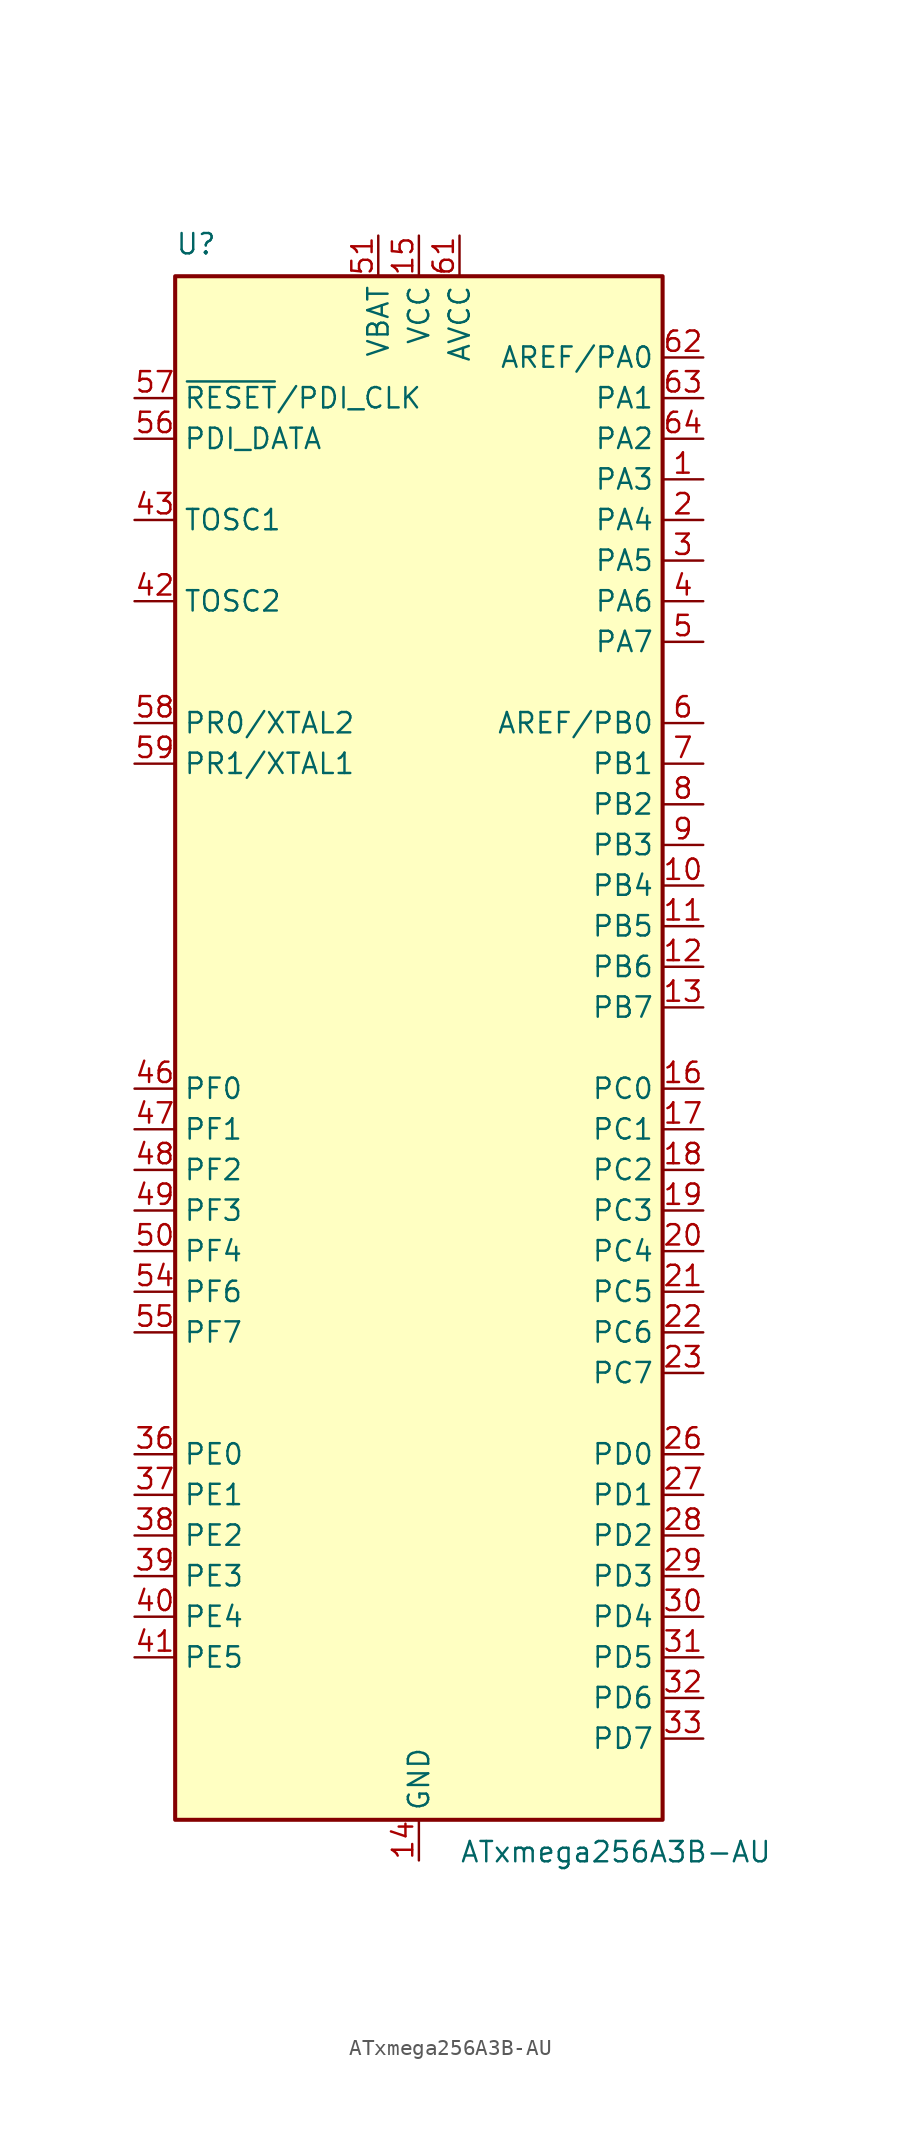
<source format=kicad_sym>
(kicad_symbol_lib
  (version 20201005)
  (generator kicad_symbol_editor)
  (symbol "ATxmega256A3B-AU"
    (property "Reference" "U"
      (at -15.24 49.53 0)
      (effects (font (size 1.27 1.27)) (justify left bottom)))
    (property "Value" "ATxmega256A3B-AU"
      (at 2.54 -49.53 0)
      (effects (font (size 1.27 1.27)) (justify left top)))
    (symbol "ATxmega256A3B-AU_0_1"
      (rectangle (start -15.24 -48.26) (end 15.24 48.26) (stroke (width 0.254)) (fill (type background))))
    (symbol "ATxmega256A3B-AU_1_1"
      (pin tri_state line (at 17.78 35.56 180) (length 2.54) (name "PA3" (effects (font (size 1.27 1.27)))) (number "1" (effects (font (size 1.27 1.27)))))
      (pin tri_state line (at 17.78 10.16 180) (length 2.54) (name "PB4" (effects (font (size 1.27 1.27)))) (number "10" (effects (font (size 1.27 1.27)))))
      (pin tri_state line (at 17.78 7.62 180) (length 2.54) (name "PB5" (effects (font (size 1.27 1.27)))) (number "11" (effects (font (size 1.27 1.27)))))
      (pin tri_state line (at 17.78 5.08 180) (length 2.54) (name "PB6" (effects (font (size 1.27 1.27)))) (number "12" (effects (font (size 1.27 1.27)))))
      (pin tri_state line (at 17.78 2.54 180) (length 2.54) (name "PB7" (effects (font (size 1.27 1.27)))) (number "13" (effects (font (size 1.27 1.27)))))
      (pin power_in line (at 0 -50.8 90) (length 2.54) (name "GND" (effects (font (size 1.27 1.27)))) (number "14" (effects (font (size 1.27 1.27)))))
      (pin power_in line (at 0 50.8 270) (length 2.54) (name "VCC" (effects (font (size 1.27 1.27)))) (number "15" (effects (font (size 1.27 1.27)))))
      (pin tri_state line (at 17.78 -2.54 180) (length 2.54) (name "PC0" (effects (font (size 1.27 1.27)))) (number "16" (effects (font (size 1.27 1.27)))))
      (pin tri_state line (at 17.78 -5.08 180) (length 2.54) (name "PC1" (effects (font (size 1.27 1.27)))) (number "17" (effects (font (size 1.27 1.27)))))
      (pin tri_state line (at 17.78 -7.62 180) (length 2.54) (name "PC2" (effects (font (size 1.27 1.27)))) (number "18" (effects (font (size 1.27 1.27)))))
      (pin tri_state line (at 17.78 -10.16 180) (length 2.54) (name "PC3" (effects (font (size 1.27 1.27)))) (number "19" (effects (font (size 1.27 1.27)))))
      (pin tri_state line (at 17.78 33.02 180) (length 2.54) (name "PA4" (effects (font (size 1.27 1.27)))) (number "2" (effects (font (size 1.27 1.27)))))
      (pin tri_state line (at 17.78 -12.7 180) (length 2.54) (name "PC4" (effects (font (size 1.27 1.27)))) (number "20" (effects (font (size 1.27 1.27)))))
      (pin tri_state line (at 17.78 -15.24 180) (length 2.54) (name "PC5" (effects (font (size 1.27 1.27)))) (number "21" (effects (font (size 1.27 1.27)))))
      (pin tri_state line (at 17.78 -17.78 180) (length 2.54) (name "PC6" (effects (font (size 1.27 1.27)))) (number "22" (effects (font (size 1.27 1.27)))))
      (pin tri_state line (at 17.78 -20.32 180) (length 2.54) (name "PC7" (effects (font (size 1.27 1.27)))) (number "23" (effects (font (size 1.27 1.27)))))
      (pin passive line (at 0 -50.8 90) (length 2.54) hide (name "GND" (effects (font (size 1.27 1.27)))) (number "24" (effects (font (size 1.27 1.27)))))
      (pin passive line (at 0 50.8 270) (length 2.54) hide (name "VCC" (effects (font (size 1.27 1.27)))) (number "25" (effects (font (size 1.27 1.27)))))
      (pin tri_state line (at 17.78 -25.4 180) (length 2.54) (name "PD0" (effects (font (size 1.27 1.27)))) (number "26" (effects (font (size 1.27 1.27)))))
      (pin tri_state line (at 17.78 -27.94 180) (length 2.54) (name "PD1" (effects (font (size 1.27 1.27)))) (number "27" (effects (font (size 1.27 1.27)))))
      (pin tri_state line (at 17.78 -30.48 180) (length 2.54) (name "PD2" (effects (font (size 1.27 1.27)))) (number "28" (effects (font (size 1.27 1.27)))))
      (pin tri_state line (at 17.78 -33.02 180) (length 2.54) (name "PD3" (effects (font (size 1.27 1.27)))) (number "29" (effects (font (size 1.27 1.27)))))
      (pin tri_state line (at 17.78 30.48 180) (length 2.54) (name "PA5" (effects (font (size 1.27 1.27)))) (number "3" (effects (font (size 1.27 1.27)))))
      (pin tri_state line (at 17.78 -35.56 180) (length 2.54) (name "PD4" (effects (font (size 1.27 1.27)))) (number "30" (effects (font (size 1.27 1.27)))))
      (pin tri_state line (at 17.78 -38.1 180) (length 2.54) (name "PD5" (effects (font (size 1.27 1.27)))) (number "31" (effects (font (size 1.27 1.27)))))
      (pin tri_state line (at 17.78 -40.64 180) (length 2.54) (name "PD6" (effects (font (size 1.27 1.27)))) (number "32" (effects (font (size 1.27 1.27)))))
      (pin tri_state line (at 17.78 -43.18 180) (length 2.54) (name "PD7" (effects (font (size 1.27 1.27)))) (number "33" (effects (font (size 1.27 1.27)))))
      (pin passive line (at 0 -50.8 90) (length 2.54) hide (name "GND" (effects (font (size 1.27 1.27)))) (number "34" (effects (font (size 1.27 1.27)))))
      (pin passive line (at 0 50.8 270) (length 2.54) hide (name "VCC" (effects (font (size 1.27 1.27)))) (number "35" (effects (font (size 1.27 1.27)))))
      (pin tri_state line (at -17.78 -25.4 0) (length 2.54) (name "PE0" (effects (font (size 1.27 1.27)))) (number "36" (effects (font (size 1.27 1.27)))))
      (pin tri_state line (at -17.78 -27.94 0) (length 2.54) (name "PE1" (effects (font (size 1.27 1.27)))) (number "37" (effects (font (size 1.27 1.27)))))
      (pin tri_state line (at -17.78 -30.48 0) (length 2.54) (name "PE2" (effects (font (size 1.27 1.27)))) (number "38" (effects (font (size 1.27 1.27)))))
      (pin tri_state line (at -17.78 -33.02 0) (length 2.54) (name "PE3" (effects (font (size 1.27 1.27)))) (number "39" (effects (font (size 1.27 1.27)))))
      (pin tri_state line (at 17.78 27.94 180) (length 2.54) (name "PA6" (effects (font (size 1.27 1.27)))) (number "4" (effects (font (size 1.27 1.27)))))
      (pin tri_state line (at -17.78 -35.56 0) (length 2.54) (name "PE4" (effects (font (size 1.27 1.27)))) (number "40" (effects (font (size 1.27 1.27)))))
      (pin tri_state line (at -17.78 -38.1 0) (length 2.54) (name "PE5" (effects (font (size 1.27 1.27)))) (number "41" (effects (font (size 1.27 1.27)))))
      (pin passive line (at -17.78 27.94 0) (length 2.54) (name "TOSC2" (effects (font (size 1.27 1.27)))) (number "42" (effects (font (size 1.27 1.27)))))
      (pin input line (at -17.78 33.02 0) (length 2.54) (name "TOSC1" (effects (font (size 1.27 1.27)))) (number "43" (effects (font (size 1.27 1.27)))))
      (pin passive line (at 0 -50.8 90) (length 2.54) hide (name "GND" (effects (font (size 1.27 1.27)))) (number "44" (effects (font (size 1.27 1.27)))))
      (pin passive line (at 0 50.8 270) (length 2.54) hide (name "VCC" (effects (font (size 1.27 1.27)))) (number "45" (effects (font (size 1.27 1.27)))))
      (pin tri_state line (at -17.78 -2.54 0) (length 2.54) (name "PF0" (effects (font (size 1.27 1.27)))) (number "46" (effects (font (size 1.27 1.27)))))
      (pin tri_state line (at -17.78 -5.08 0) (length 2.54) (name "PF1" (effects (font (size 1.27 1.27)))) (number "47" (effects (font (size 1.27 1.27)))))
      (pin tri_state line (at -17.78 -7.62 0) (length 2.54) (name "PF2" (effects (font (size 1.27 1.27)))) (number "48" (effects (font (size 1.27 1.27)))))
      (pin tri_state line (at -17.78 -10.16 0) (length 2.54) (name "PF3" (effects (font (size 1.27 1.27)))) (number "49" (effects (font (size 1.27 1.27)))))
      (pin tri_state line (at 17.78 25.4 180) (length 2.54) (name "PA7" (effects (font (size 1.27 1.27)))) (number "5" (effects (font (size 1.27 1.27)))))
      (pin tri_state line (at -17.78 -12.7 0) (length 2.54) (name "PF4" (effects (font (size 1.27 1.27)))) (number "50" (effects (font (size 1.27 1.27)))))
      (pin power_in line (at -2.54 50.8 270) (length 2.54) (name "VBAT" (effects (font (size 1.27 1.27)))) (number "51" (effects (font (size 1.27 1.27)))))
      (pin passive line (at 0 -50.8 90) (length 2.54) hide (name "GND" (effects (font (size 1.27 1.27)))) (number "52" (effects (font (size 1.27 1.27)))))
      (pin passive line (at 0 50.8 270) (length 2.54) hide (name "VCC" (effects (font (size 1.27 1.27)))) (number "53" (effects (font (size 1.27 1.27)))))
      (pin tri_state line (at -17.78 -15.24 0) (length 2.54) (name "PF6" (effects (font (size 1.27 1.27)))) (number "54" (effects (font (size 1.27 1.27)))))
      (pin tri_state line (at -17.78 -17.78 0) (length 2.54) (name "PF7" (effects (font (size 1.27 1.27)))) (number "55" (effects (font (size 1.27 1.27)))))
      (pin bidirectional line (at -17.78 38.1 0) (length 2.54) (name "PDI_DATA" (effects (font (size 1.27 1.27)))) (number "56" (effects (font (size 1.27 1.27)))))
      (pin input line (at -17.78 40.64 0) (length 2.54) (name "~RESET~/PDI_CLK" (effects (font (size 1.27 1.27)))) (number "57" (effects (font (size 1.27 1.27)))))
      (pin tri_state line (at -17.78 20.32 0) (length 2.54) (name "PR0/XTAL2" (effects (font (size 1.27 1.27)))) (number "58" (effects (font (size 1.27 1.27)))))
      (pin tri_state line (at -17.78 17.78 0) (length 2.54) (name "PR1/XTAL1" (effects (font (size 1.27 1.27)))) (number "59" (effects (font (size 1.27 1.27)))))
      (pin tri_state line (at 17.78 20.32 180) (length 2.54) (name "AREF/PB0" (effects (font (size 1.27 1.27)))) (number "6" (effects (font (size 1.27 1.27)))))
      (pin passive line (at 0 -50.8 90) (length 2.54) hide (name "GND" (effects (font (size 1.27 1.27)))) (number "60" (effects (font (size 1.27 1.27)))))
      (pin power_in line (at 2.54 50.8 270) (length 2.54) (name "AVCC" (effects (font (size 1.27 1.27)))) (number "61" (effects (font (size 1.27 1.27)))))
      (pin tri_state line (at 17.78 43.18 180) (length 2.54) (name "AREF/PA0" (effects (font (size 1.27 1.27)))) (number "62" (effects (font (size 1.27 1.27)))))
      (pin tri_state line (at 17.78 40.64 180) (length 2.54) (name "PA1" (effects (font (size 1.27 1.27)))) (number "63" (effects (font (size 1.27 1.27)))))
      (pin tri_state line (at 17.78 38.1 180) (length 2.54) (name "PA2" (effects (font (size 1.27 1.27)))) (number "64" (effects (font (size 1.27 1.27)))))
      (pin tri_state line (at 17.78 17.78 180) (length 2.54) (name "PB1" (effects (font (size 1.27 1.27)))) (number "7" (effects (font (size 1.27 1.27)))))
      (pin tri_state line (at 17.78 15.24 180) (length 2.54) (name "PB2" (effects (font (size 1.27 1.27)))) (number "8" (effects (font (size 1.27 1.27)))))
      (pin tri_state line (at 17.78 12.7 180) (length 2.54) (name "PB3" (effects (font (size 1.27 1.27)))) (number "9" (effects (font (size 1.27 1.27))))))))
</source>
